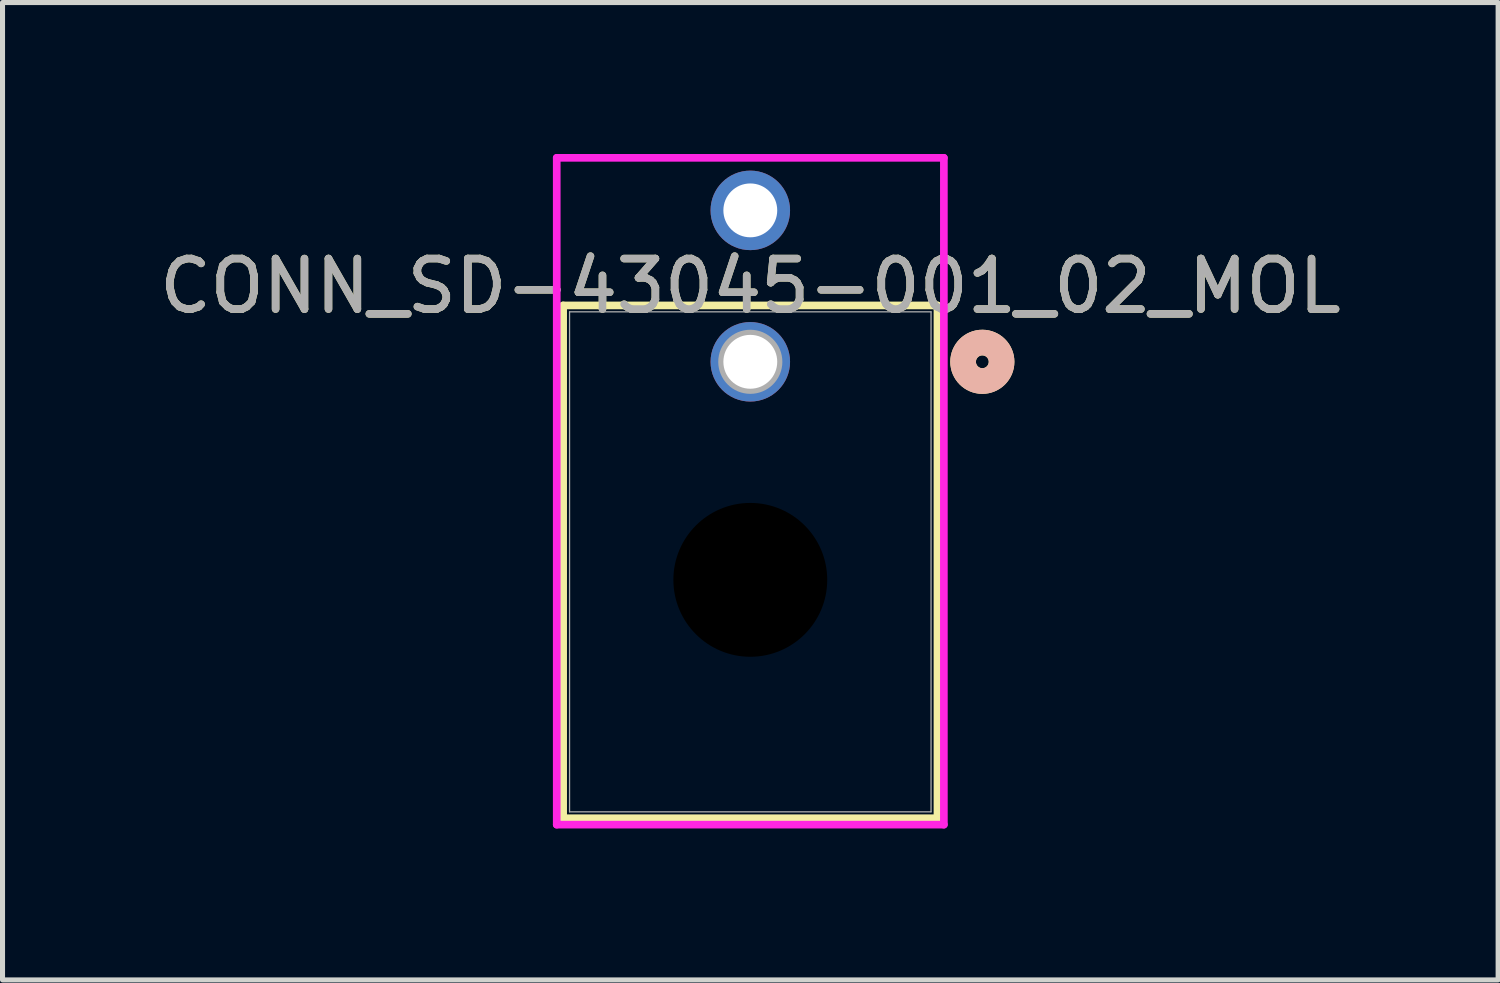
<source format=kicad_pcb>
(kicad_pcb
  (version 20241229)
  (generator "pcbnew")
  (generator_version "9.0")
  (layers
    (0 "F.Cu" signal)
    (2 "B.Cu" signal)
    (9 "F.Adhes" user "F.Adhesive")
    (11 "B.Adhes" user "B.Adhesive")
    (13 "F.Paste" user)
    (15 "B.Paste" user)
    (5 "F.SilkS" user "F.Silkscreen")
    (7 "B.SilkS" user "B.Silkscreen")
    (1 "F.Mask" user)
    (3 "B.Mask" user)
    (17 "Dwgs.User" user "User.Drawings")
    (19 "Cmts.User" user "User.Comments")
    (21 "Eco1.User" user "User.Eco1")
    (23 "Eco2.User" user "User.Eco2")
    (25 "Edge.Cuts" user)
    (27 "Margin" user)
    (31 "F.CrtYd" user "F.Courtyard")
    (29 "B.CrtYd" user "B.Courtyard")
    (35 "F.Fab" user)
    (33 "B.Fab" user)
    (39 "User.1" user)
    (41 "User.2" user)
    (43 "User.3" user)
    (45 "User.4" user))
  (footprint "CONN_SD-43045-001_02_MOL"
    (layer "F.Cu")
    (at 11.815 4.118)
    (property "Reference" "CONN_SD-43045-001_02_MOL" (at 0 -1.5 0) (unlocked yes) (layer "F.SilkS") (effects (font (size 1 1) (thickness 0.15))))
    (attr through_hole)
    (fp_line (start -3.708 -1.117) (end -3.708 9.043) (stroke (width 0.152) (type solid)) (layer "F.SilkS"))
    (fp_line (start -3.708 9.043) (end 3.708 9.043) (stroke (width 0.152) (type solid)) (layer "F.SilkS"))
    (fp_line (start 3.708 -1.117) (end -3.708 -1.117) (stroke (width 0.152) (type solid)) (layer "F.SilkS"))
    (fp_line (start 3.708 9.043) (end 3.708 -1.117) (stroke (width 0.152) (type solid)) (layer "F.SilkS"))
    (fp_circle (center 4.597 0) (end 4.978 0) (stroke (width 0.508) (type solid)) (fill no) (layer "F.SilkS"))
    (fp_circle (center 4.597 0) (end 4.978 0) (stroke (width 0.508) (type solid)) (fill no) (layer "B.SilkS"))
    (fp_line (start -3.835 -4.041) (end -3.835 9.17) (stroke (width 0.152) (type solid)) (layer "F.CrtYd"))
    (fp_line (start -3.835 9.17) (end 3.835 9.17) (stroke (width 0.152) (type solid)) (layer "F.CrtYd"))
    (fp_line (start 3.835 -4.041) (end -3.835 -4.041) (stroke (width 0.152) (type solid)) (layer "F.CrtYd"))
    (fp_line (start 3.835 9.17) (end 3.835 -4.041) (stroke (width 0.152) (type solid)) (layer "F.CrtYd"))
    (fp_line (start -3.581 -0.99) (end -3.581 8.916) (stroke (width 0.025) (type solid)) (layer "F.Fab"))
    (fp_line (start -3.581 8.916) (end 3.581 8.916) (stroke (width 0.025) (type solid)) (layer "F.Fab"))
    (fp_line (start 3.581 -0.99) (end -3.581 -0.99) (stroke (width 0.025) (type solid)) (layer "F.Fab"))
    (fp_line (start 3.581 8.916) (end 3.581 -0.99) (stroke (width 0.025) (type solid)) (layer "F.Fab"))
    (fp_circle (center 0 0) (end 0.381 0) (stroke (width 0.508) (type solid)) (fill no) (layer "F.Fab"))
    (fp_text user "${REFERENCE}" (at 0 -1.5 0) (unlocked yes) (layer "F.Fab") (effects (font (size 1 1) (thickness 0.15))))
    (pad "" np_thru_hole circle (at 0 4.32) (size 3.048 3.048) (drill 3.048) (layers))
    (pad "1" thru_hole circle (at 0 0) (size 1.575 1.575) (drill 1.067) (layers "*.Cu" "*.Mask"))
    (pad "2" thru_hole circle (at 0 -3) (size 1.575 1.575) (drill 1.067) (layers "*.Cu" "*.Mask")))
  (gr_rect
    (start -3 -3)
    (end 26.631 16.364)
    (stroke (width 0.1) (type default))
    (fill no)
    (layer "Edge.Cuts")))
</source>
